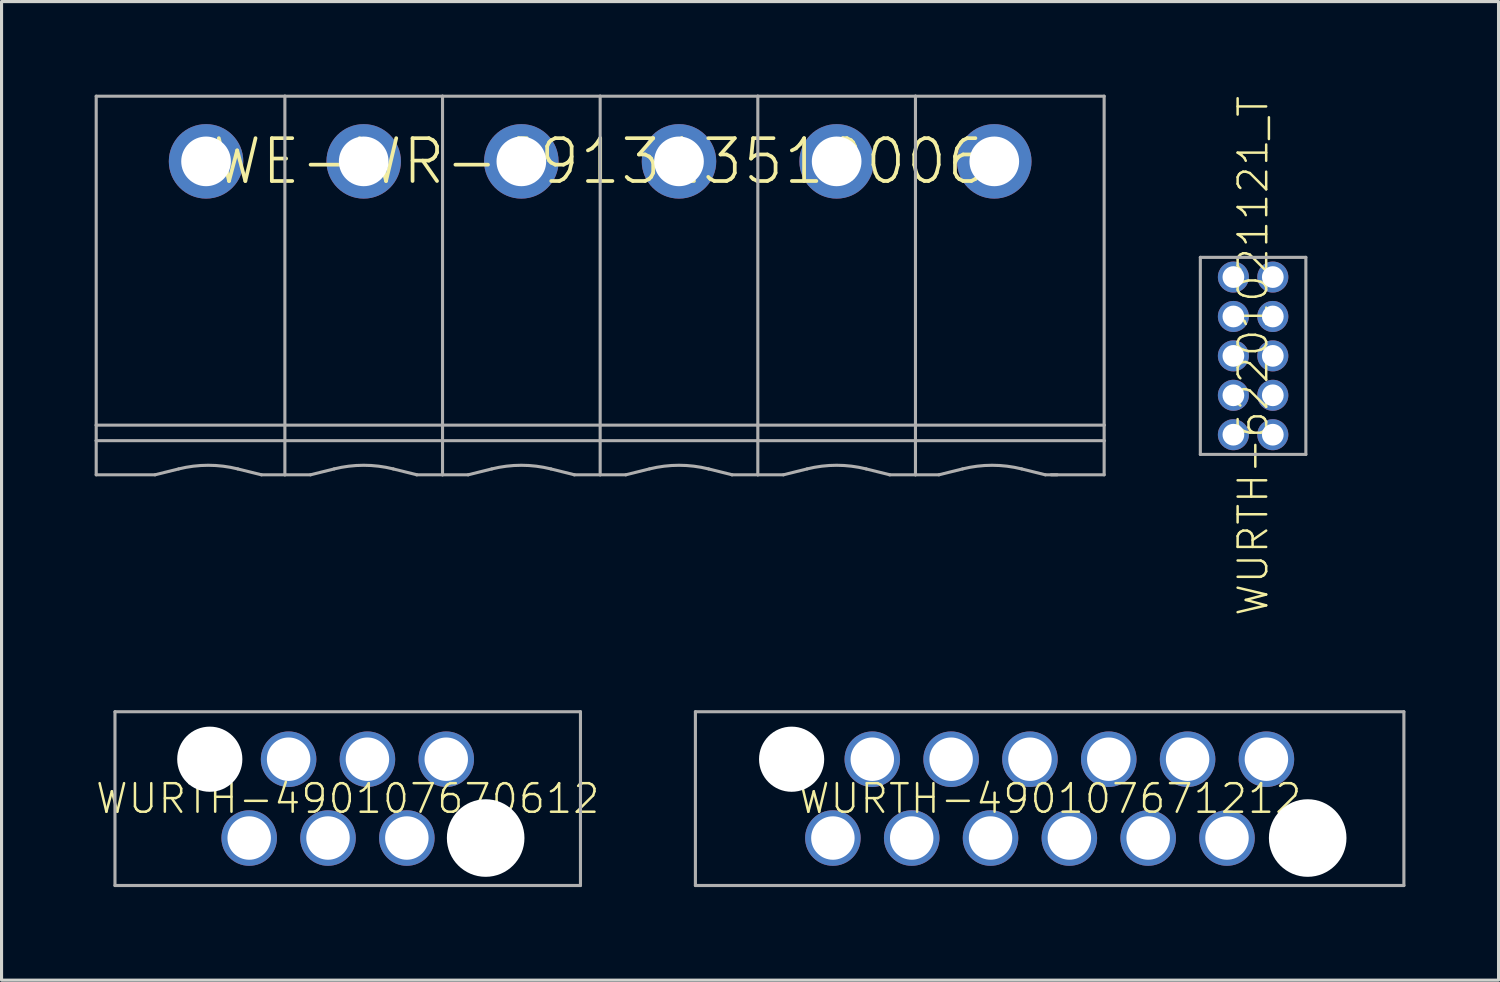
<source format=kicad_pcb>
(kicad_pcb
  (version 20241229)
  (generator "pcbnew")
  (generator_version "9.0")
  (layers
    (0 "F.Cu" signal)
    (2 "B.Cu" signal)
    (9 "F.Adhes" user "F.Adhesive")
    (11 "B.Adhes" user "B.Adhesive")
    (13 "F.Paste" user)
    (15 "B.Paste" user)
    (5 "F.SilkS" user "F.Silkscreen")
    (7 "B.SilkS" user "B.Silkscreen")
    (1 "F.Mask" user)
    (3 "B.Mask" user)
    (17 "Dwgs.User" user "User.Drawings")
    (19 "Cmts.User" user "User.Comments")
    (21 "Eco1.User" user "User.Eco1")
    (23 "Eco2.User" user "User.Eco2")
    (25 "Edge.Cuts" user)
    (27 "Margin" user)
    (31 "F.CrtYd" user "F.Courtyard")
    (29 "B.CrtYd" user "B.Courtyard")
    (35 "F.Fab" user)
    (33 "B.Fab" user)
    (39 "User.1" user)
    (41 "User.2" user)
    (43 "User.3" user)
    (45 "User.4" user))
  (footprint "WURTH-490107670612"
    (layer "F.Cu")
    (at 8.155 22.685)
    (property "Reference" "WURTH-490107670612" (at 0 0 0) (unlocked yes) (layer "F.SilkS") (effects (font (size 0.92 0.92) (thickness 0.08))))
    (fp_line (start -7.5 -2.8) (end -7.5 2.8) (stroke (width 0.1) (type solid)) (layer "F.Fab"))
    (fp_line (start -7.5 2.8) (end 7.5 2.8) (stroke (width 0.1) (type solid)) (layer "F.Fab"))
    (fp_line (start 7.5 -2.8) (end -7.5 -2.8) (stroke (width 0.1) (type solid)) (layer "F.Fab"))
    (fp_line (start 7.5 2.8) (end 7.5 -2.8) (stroke (width 0.1) (type solid)) (layer "F.Fab"))
    (pad "" np_thru_hole circle (at -4.445 -1.27) (size 2.1 2.1) (drill 2.1) (layers "*.Cu" "*.Mask"))
    (pad "" np_thru_hole circle (at 4.445 1.27) (size 2.5 2.5) (drill 2.5) (layers "*.Cu" "*.Mask"))
    (pad "1" thru_hole circle (at 3.175 -1.27) (size 1.79 1.79) (drill 1.4) (layers "*.Cu" "*.Mask"))
    (pad "2" thru_hole circle (at 1.905 1.27) (size 1.79 1.79) (drill 1.4) (layers "*.Cu" "*.Mask"))
    (pad "3" thru_hole circle (at 0.635 -1.27) (size 1.79 1.79) (drill 1.4) (layers "*.Cu" "*.Mask"))
    (pad "4" thru_hole circle (at -0.635 1.27) (size 1.79 1.79) (drill 1.4) (layers "*.Cu" "*.Mask"))
    (pad "5" thru_hole circle (at -1.905 -1.27) (size 1.79 1.79) (drill 1.4) (layers "*.Cu" "*.Mask"))
    (pad "6" thru_hole circle (at -3.175 1.27) (size 1.79 1.79) (drill 1.4) (layers "*.Cu" "*.Mask")))
  (footprint "WURTH-490107671212"
    (layer "F.Cu")
    (at 30.774 22.685)
    (property "Reference" "WURTH-490107671212" (at 0 0 0) (unlocked yes) (layer "F.SilkS") (effects (font (size 0.92 0.92) (thickness 0.08))))
    (fp_line (start -11.415 -2.8) (end -11.415 2.8) (stroke (width 0.1) (type solid)) (layer "F.Fab"))
    (fp_line (start -11.415 2.8) (end 11.415 2.8) (stroke (width 0.1) (type solid)) (layer "F.Fab"))
    (fp_line (start 11.415 -2.8) (end -11.415 -2.8) (stroke (width 0.1) (type solid)) (layer "F.Fab"))
    (fp_line (start 11.415 2.8) (end 11.415 -2.8) (stroke (width 0.1) (type solid)) (layer "F.Fab"))
    (pad "" np_thru_hole circle (at -8.315 -1.27) (size 2.1 2.1) (drill 2.1) (layers "*.Cu" "*.Mask"))
    (pad "" np_thru_hole circle (at 8.315 1.27) (size 2.5 2.5) (drill 2.5) (layers "*.Cu" "*.Mask"))
    (pad "1" thru_hole circle (at 6.985 -1.27) (size 1.79 1.79) (drill 1.4) (layers "*.Cu" "*.Mask"))
    (pad "2" thru_hole circle (at 5.715 1.27) (size 1.79 1.79) (drill 1.4) (layers "*.Cu" "*.Mask"))
    (pad "3" thru_hole circle (at 4.445 -1.27) (size 1.79 1.79) (drill 1.4) (layers "*.Cu" "*.Mask"))
    (pad "4" thru_hole circle (at 3.175 1.27) (size 1.79 1.79) (drill 1.4) (layers "*.Cu" "*.Mask"))
    (pad "5" thru_hole circle (at 1.905 -1.27) (size 1.79 1.79) (drill 1.4) (layers "*.Cu" "*.Mask"))
    (pad "6" thru_hole circle (at 0.635 1.27) (size 1.79 1.79) (drill 1.4) (layers "*.Cu" "*.Mask"))
    (pad "7" thru_hole circle (at -0.635 -1.27) (size 1.79 1.79) (drill 1.4) (layers "*.Cu" "*.Mask"))
    (pad "8" thru_hole circle (at -1.905 1.27) (size 1.79 1.79) (drill 1.4) (layers "*.Cu" "*.Mask"))
    (pad "9" thru_hole circle (at -3.175 -1.27) (size 1.79 1.79) (drill 1.4) (layers "*.Cu" "*.Mask"))
    (pad "10" thru_hole circle (at -4.445 1.27) (size 1.79 1.79) (drill 1.4) (layers "*.Cu" "*.Mask"))
    (pad "11" thru_hole circle (at -5.715 -1.27) (size 1.79 1.79) (drill 1.4) (layers "*.Cu" "*.Mask"))
    (pad "12" thru_hole circle (at -6.985 1.27) (size 1.79 1.79) (drill 1.4) (layers "*.Cu" "*.Mask")))
  (footprint "WE-WR-691313510006"
    (layer "F.Cu")
    (at 16.29 2.15)
    (property "Reference" "WE-WR-691313510006" (at 0 0 0) (unlocked yes) (layer "F.SilkS") (effects (font (size 1.38 1.38) (thickness 0.12))))
    (fp_line (start -16.24 -2.1) (end -16.24 8.5) (stroke (width 0.1) (type solid)) (layer "F.Fab"))
    (fp_line (start -16.24 -2.1) (end -10.16 -2.1) (stroke (width 0.1) (type solid)) (layer "F.Fab"))
    (fp_line (start -16.24 8.5) (end -16.24 9) (stroke (width 0.1) (type solid)) (layer "F.Fab"))
    (fp_line (start -16.24 8.5) (end -10.16 8.5) (stroke (width 0.1) (type solid)) (layer "F.Fab"))
    (fp_line (start -16.24 9) (end -16.24 10.1) (stroke (width 0.1) (type solid)) (layer "F.Fab"))
    (fp_line (start -16.24 9) (end -10.16 9) (stroke (width 0.1) (type solid)) (layer "F.Fab"))
    (fp_line (start -16.24 10.1) (end -14.345 10.1) (stroke (width 0.1) (type solid)) (layer "F.Fab"))
    (fp_line (start -14.345 10.1) (end -13.582 9.911) (stroke (width 0.1) (type solid)) (layer "F.Fab"))
    (fp_line (start -10.915 10.1) (end -11.678 9.911) (stroke (width 0.1) (type solid)) (layer "F.Fab"))
    (fp_line (start -10.915 10.1) (end -10.16 10.1) (stroke (width 0.1) (type solid)) (layer "F.Fab"))
    (fp_line (start -10.16 -2.1) (end -5.08 -2.1) (stroke (width 0.1) (type solid)) (layer "F.Fab"))
    (fp_line (start -10.16 8.5) (end -10.16 -2.1) (stroke (width 0.1) (type solid)) (layer "F.Fab"))
    (fp_line (start -10.16 8.5) (end -5.08 8.5) (stroke (width 0.1) (type solid)) (layer "F.Fab"))
    (fp_line (start -10.16 9) (end -10.16 8.5) (stroke (width 0.1) (type solid)) (layer "F.Fab"))
    (fp_line (start -10.16 9) (end -5.08 9) (stroke (width 0.1) (type solid)) (layer "F.Fab"))
    (fp_line (start -10.16 10.1) (end -10.16 9) (stroke (width 0.1) (type solid)) (layer "F.Fab"))
    (fp_line (start -10.16 10.1) (end -9.335 10.1) (stroke (width 0.1) (type solid)) (layer "F.Fab"))
    (fp_line (start -9.335 10.1) (end -8.572 9.911) (stroke (width 0.1) (type solid)) (layer "F.Fab"))
    (fp_line (start -5.92 10.1) (end -5.08 10.1) (stroke (width 0.1) (type solid)) (layer "F.Fab"))
    (fp_line (start -5.905 10.1) (end -6.668 9.911) (stroke (width 0.1) (type solid)) (layer "F.Fab"))
    (fp_line (start -5.08 -2.1) (end 0 -2.1) (stroke (width 0.1) (type solid)) (layer "F.Fab"))
    (fp_line (start -5.08 8.5) (end -5.08 -2.1) (stroke (width 0.1) (type solid)) (layer "F.Fab"))
    (fp_line (start -5.08 8.5) (end 0 8.5) (stroke (width 0.1) (type solid)) (layer "F.Fab"))
    (fp_line (start -5.08 9) (end -5.08 8.5) (stroke (width 0.1) (type solid)) (layer "F.Fab"))
    (fp_line (start -5.08 9) (end 0 9) (stroke (width 0.1) (type solid)) (layer "F.Fab"))
    (fp_line (start -5.08 10.1) (end -5.08 9) (stroke (width 0.1) (type solid)) (layer "F.Fab"))
    (fp_line (start -5.08 10.1) (end -4.255 10.1) (stroke (width 0.1) (type solid)) (layer "F.Fab"))
    (fp_line (start -4.255 10.1) (end -3.493 9.911) (stroke (width 0.1) (type solid)) (layer "F.Fab"))
    (fp_line (start -0.84 10.1) (end 0 10.1) (stroke (width 0.1) (type solid)) (layer "F.Fab"))
    (fp_line (start -0.826 10.1) (end -1.587 9.911) (stroke (width 0.1) (type solid)) (layer "F.Fab"))
    (fp_line (start 0 -2.1) (end 5.08 -2.1) (stroke (width 0.1) (type solid)) (layer "F.Fab"))
    (fp_line (start 0 8.5) (end 0 -2.1) (stroke (width 0.1) (type solid)) (layer "F.Fab"))
    (fp_line (start 0 8.5) (end 5.08 8.5) (stroke (width 0.1) (type solid)) (layer "F.Fab"))
    (fp_line (start 0 9) (end 0 8.5) (stroke (width 0.1) (type solid)) (layer "F.Fab"))
    (fp_line (start 0 9) (end 5.08 9) (stroke (width 0.1) (type solid)) (layer "F.Fab"))
    (fp_line (start 0 10.1) (end 0 9) (stroke (width 0.1) (type solid)) (layer "F.Fab"))
    (fp_line (start 0 10.1) (end 0.826 10.1) (stroke (width 0.1) (type solid)) (layer "F.Fab"))
    (fp_line (start 0.826 10.1) (end 1.587 9.911) (stroke (width 0.1) (type solid)) (layer "F.Fab"))
    (fp_line (start 4.24 10.1) (end 5.08 10.1) (stroke (width 0.1) (type solid)) (layer "F.Fab"))
    (fp_line (start 4.255 10.1) (end 3.493 9.911) (stroke (width 0.1) (type solid)) (layer "F.Fab"))
    (fp_line (start 5.08 -2.1) (end 10.16 -2.1) (stroke (width 0.1) (type solid)) (layer "F.Fab"))
    (fp_line (start 5.08 8.5) (end 5.08 -2.1) (stroke (width 0.1) (type solid)) (layer "F.Fab"))
    (fp_line (start 5.08 8.5) (end 10.16 8.5) (stroke (width 0.1) (type solid)) (layer "F.Fab"))
    (fp_line (start 5.08 9) (end 5.08 8.5) (stroke (width 0.1) (type solid)) (layer "F.Fab"))
    (fp_line (start 5.08 9) (end 10.16 9) (stroke (width 0.1) (type solid)) (layer "F.Fab"))
    (fp_line (start 5.08 10.1) (end 5.08 9) (stroke (width 0.1) (type solid)) (layer "F.Fab"))
    (fp_line (start 5.08 10.1) (end 5.905 10.1) (stroke (width 0.1) (type solid)) (layer "F.Fab"))
    (fp_line (start 5.905 10.1) (end 6.668 9.911) (stroke (width 0.1) (type solid)) (layer "F.Fab"))
    (fp_line (start 9.32 10.1) (end 10.16 10.1) (stroke (width 0.1) (type solid)) (layer "F.Fab"))
    (fp_line (start 9.335 10.1) (end 8.572 9.911) (stroke (width 0.1) (type solid)) (layer "F.Fab"))
    (fp_line (start 10.16 -2.1) (end 16.24 -2.1) (stroke (width 0.1) (type solid)) (layer "F.Fab"))
    (fp_line (start 10.16 8.5) (end 10.16 -2.1) (stroke (width 0.1) (type solid)) (layer "F.Fab"))
    (fp_line (start 10.16 8.5) (end 16.24 8.5) (stroke (width 0.1) (type solid)) (layer "F.Fab"))
    (fp_line (start 10.16 9) (end 10.16 8.5) (stroke (width 0.1) (type solid)) (layer "F.Fab"))
    (fp_line (start 10.16 9) (end 16.24 9) (stroke (width 0.1) (type solid)) (layer "F.Fab"))
    (fp_line (start 10.16 10.1) (end 10.16 9) (stroke (width 0.1) (type solid)) (layer "F.Fab"))
    (fp_line (start 10.915 10.1) (end 10.16 10.1) (stroke (width 0.1) (type solid)) (layer "F.Fab"))
    (fp_line (start 10.915 10.1) (end 11.678 9.911) (stroke (width 0.1) (type solid)) (layer "F.Fab"))
    (fp_line (start 14.345 10.1) (end 13.582 9.911) (stroke (width 0.1) (type solid)) (layer "F.Fab"))
    (fp_line (start 14.345 10.1) (end 14.726 10.1) (stroke (width 0.1) (type solid)) (layer "F.Fab"))
    (fp_line (start 14.535 10.1) (end 16.24 10.1) (stroke (width 0.1) (type solid)) (layer "F.Fab"))
    (fp_line (start 16.24 -2.1) (end 16.24 8.5) (stroke (width 0.1) (type solid)) (layer "F.Fab"))
    (fp_line (start 16.24 8.5) (end 16.24 9) (stroke (width 0.1) (type solid)) (layer "F.Fab"))
    (fp_line (start 16.24 9) (end 16.24 10.1) (stroke (width 0.1) (type solid)) (layer "F.Fab"))
    (fp_arc (start -13.5825 9.9105) (mid -12.63 9.793242) (end -11.6775 9.9105) (stroke (width 0.1) (type solid)) (layer "F.Fab"))
    (fp_arc (start -8.5725 9.9105) (mid -7.62 9.793242) (end -6.6675 9.9105) (stroke (width 0.1) (type solid)) (layer "F.Fab"))
    (fp_arc (start -3.4925 9.9105) (mid -2.54 9.793242) (end -1.5875 9.9105) (stroke (width 0.1) (type solid)) (layer "F.Fab"))
    (fp_arc (start 1.5875 9.9105) (mid 2.54 9.793242) (end 3.4925 9.9105) (stroke (width 0.1) (type solid)) (layer "F.Fab"))
    (fp_arc (start 6.6675 9.9105) (mid 7.62 9.793242) (end 8.5725 9.9105) (stroke (width 0.1) (type solid)) (layer "F.Fab"))
    (fp_arc (start 11.6775 9.9105) (mid 12.63 9.793242) (end 13.5825 9.9105) (stroke (width 0.1) (type solid)) (layer "F.Fab"))
    (pad "1" thru_hole circle (at -12.7 0 90) (size 2.4 2.4) (drill 1.6) (layers "*.Cu" "*.Mask"))
    (pad "2" thru_hole circle (at -7.62 0 90) (size 2.4 2.4) (drill 1.6) (layers "*.Cu" "*.Mask"))
    (pad "3" thru_hole circle (at -2.54 0 90) (size 2.4 2.4) (drill 1.6) (layers "*.Cu" "*.Mask"))
    (pad "4" thru_hole circle (at 2.54 0 90) (size 2.4 2.4) (drill 1.6) (layers "*.Cu" "*.Mask"))
    (pad "5" thru_hole circle (at 7.62 0 90) (size 2.4 2.4) (drill 1.6) (layers "*.Cu" "*.Mask"))
    (pad "6" thru_hole circle (at 12.7 0 90) (size 2.4 2.4) (drill 1.6) (layers "*.Cu" "*.Mask")))
  (footprint "WURTH-62201021121_T"
    (layer "F.Cu")
    (at 37.33 8.418)
    (property "Reference" "WURTH-62201021121_T" (at 0 0 90) (unlocked yes) (layer "F.SilkS") (effects (font (size 0.92 0.92) (thickness 0.08))))
    (fp_circle (center -0.635 -2.54) (end -0.36 -2.54) (stroke (width 0.55) (type solid)) (fill yes) (layer "F.Mask"))
    (fp_circle (center -0.635 -1.27) (end -0.36 -1.27) (stroke (width 0.55) (type solid)) (fill yes) (layer "F.Mask"))
    (fp_circle (center -0.635 0) (end -0.36 0) (stroke (width 0.55) (type solid)) (fill yes) (layer "F.Mask"))
    (fp_circle (center -0.635 1.27) (end -0.36 1.27) (stroke (width 0.55) (type solid)) (fill yes) (layer "F.Mask"))
    (fp_circle (center -0.635 2.54) (end -0.36 2.54) (stroke (width 0.55) (type solid)) (fill yes) (layer "F.Mask"))
    (fp_circle (center 0.635 -2.54) (end 0.91 -2.54) (stroke (width 0.55) (type solid)) (fill yes) (layer "F.Mask"))
    (fp_circle (center 0.635 -1.27) (end 0.91 -1.27) (stroke (width 0.55) (type solid)) (fill yes) (layer "F.Mask"))
    (fp_circle (center 0.635 0) (end 0.91 0) (stroke (width 0.55) (type solid)) (fill yes) (layer "F.Mask"))
    (fp_circle (center 0.635 1.27) (end 0.91 1.27) (stroke (width 0.55) (type solid)) (fill yes) (layer "F.Mask"))
    (fp_circle (center 0.635 2.54) (end 0.91 2.54) (stroke (width 0.55) (type solid)) (fill yes) (layer "F.Mask"))
    (fp_circle (center -0.635 -2.54) (end -0.36 -2.54) (stroke (width 0.55) (type solid)) (fill yes) (layer "B.Mask"))
    (fp_circle (center -0.635 -1.27) (end -0.36 -1.27) (stroke (width 0.55) (type solid)) (fill yes) (layer "B.Mask"))
    (fp_circle (center -0.635 0) (end -0.36 0) (stroke (width 0.55) (type solid)) (fill yes) (layer "B.Mask"))
    (fp_circle (center -0.635 1.27) (end -0.36 1.27) (stroke (width 0.55) (type solid)) (fill yes) (layer "B.Mask"))
    (fp_circle (center -0.635 2.54) (end -0.36 2.54) (stroke (width 0.55) (type solid)) (fill yes) (layer "B.Mask"))
    (fp_circle (center 0.635 -2.54) (end 0.91 -2.54) (stroke (width 0.55) (type solid)) (fill yes) (layer "B.Mask"))
    (fp_circle (center 0.635 -1.27) (end 0.91 -1.27) (stroke (width 0.55) (type solid)) (fill yes) (layer "B.Mask"))
    (fp_circle (center 0.635 0) (end 0.91 0) (stroke (width 0.55) (type solid)) (fill yes) (layer "B.Mask"))
    (fp_circle (center 0.635 1.27) (end 0.91 1.27) (stroke (width 0.55) (type solid)) (fill yes) (layer "B.Mask"))
    (fp_circle (center 0.635 2.54) (end 0.91 2.54) (stroke (width 0.55) (type solid)) (fill yes) (layer "B.Mask"))
    (fp_line (start -1.7 -3.175) (end 1.7 -3.175) (stroke (width 0.1) (type solid)) (layer "F.Fab"))
    (fp_line (start -1.7 3.175) (end -1.7 -3.175) (stroke (width 0.1) (type solid)) (layer "F.Fab"))
    (fp_line (start -1.7 3.175) (end 1.7 3.175) (stroke (width 0.1) (type solid)) (layer "F.Fab"))
    (fp_line (start 1.7 -3.175) (end 1.7 3.175) (stroke (width 0.1) (type solid)) (layer "F.Fab"))
    (fp_circle (center -0.635 -2.54) (end -0.397 -2.54) (stroke (width 0.1) (type solid)) (fill no) (layer "F.Fab"))
    (fp_circle (center -0.635 -1.27) (end -0.397 -1.27) (stroke (width 0.1) (type solid)) (fill no) (layer "F.Fab"))
    (fp_circle (center -0.635 0) (end -0.397 0) (stroke (width 0.1) (type solid)) (fill no) (layer "F.Fab"))
    (fp_circle (center -0.635 1.27) (end -0.397 1.27) (stroke (width 0.1) (type solid)) (fill no) (layer "F.Fab"))
    (fp_circle (center -0.635 2.54) (end -0.397 2.54) (stroke (width 0.1) (type solid)) (fill no) (layer "F.Fab"))
    (fp_circle (center 0.635 -2.54) (end 0.873 -2.54) (stroke (width 0.1) (type solid)) (fill no) (layer "F.Fab"))
    (fp_circle (center 0.635 -1.27) (end 0.873 -1.27) (stroke (width 0.1) (type solid)) (fill no) (layer "F.Fab"))
    (fp_circle (center 0.635 0) (end 0.873 0) (stroke (width 0.1) (type solid)) (fill no) (layer "F.Fab"))
    (fp_circle (center 0.635 1.27) (end 0.873 1.27) (stroke (width 0.1) (type solid)) (fill no) (layer "F.Fab"))
    (fp_circle (center 0.635 2.54) (end 0.873 2.54) (stroke (width 0.1) (type solid)) (fill no) (layer "F.Fab"))
    (pad "1" thru_hole circle (at -0.635 -2.54) (size 1 1) (drill 0.7) (layers "*.Cu"))
    (pad "2" thru_hole circle (at 0.635 -2.54) (size 1 1) (drill 0.7) (layers "*.Cu"))
    (pad "3" thru_hole circle (at -0.635 -1.27) (size 1 1) (drill 0.7) (layers "*.Cu"))
    (pad "4" thru_hole circle (at 0.635 -1.27) (size 1 1) (drill 0.7) (layers "*.Cu"))
    (pad "5" thru_hole circle (at -0.635 0) (size 1 1) (drill 0.7) (layers "*.Cu"))
    (pad "6" thru_hole circle (at 0.635 0) (size 1 1) (drill 0.7) (layers "*.Cu"))
    (pad "7" thru_hole circle (at -0.635 1.27) (size 1 1) (drill 0.7) (layers "*.Cu"))
    (pad "8" thru_hole circle (at 0.635 1.27) (size 1 1) (drill 0.7) (layers "*.Cu"))
    (pad "9" thru_hole circle (at -0.635 2.54) (size 1 1) (drill 0.7) (layers "*.Cu"))
    (pad "10" thru_hole circle (at 0.635 2.54) (size 1 1) (drill 0.7) (layers "*.Cu")))
  (gr_rect
    (start -3 -3)
    (end 45.239 28.535)
    (stroke (width 0.1) (type default))
    (fill no)
    (layer "Edge.Cuts")))
</source>
